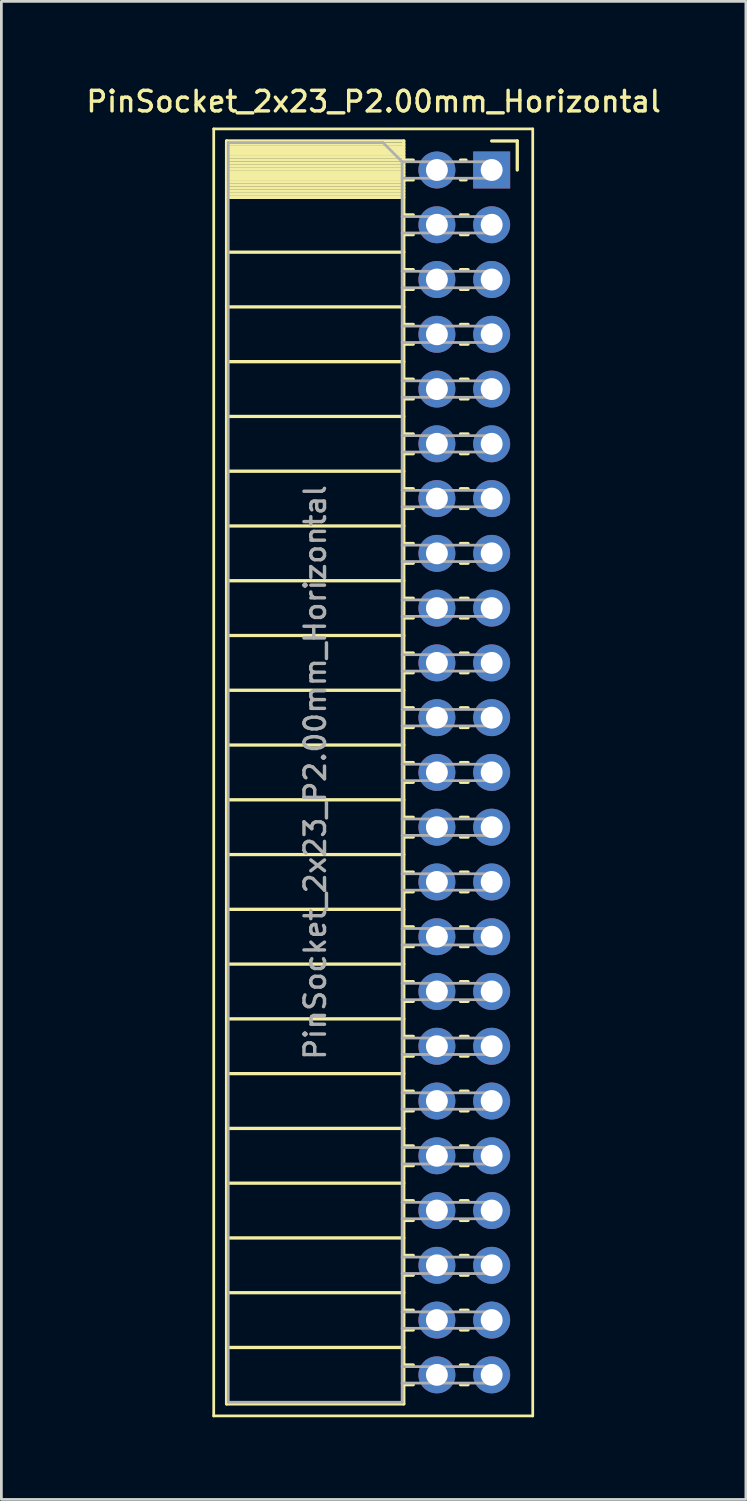
<source format=kicad_pcb>
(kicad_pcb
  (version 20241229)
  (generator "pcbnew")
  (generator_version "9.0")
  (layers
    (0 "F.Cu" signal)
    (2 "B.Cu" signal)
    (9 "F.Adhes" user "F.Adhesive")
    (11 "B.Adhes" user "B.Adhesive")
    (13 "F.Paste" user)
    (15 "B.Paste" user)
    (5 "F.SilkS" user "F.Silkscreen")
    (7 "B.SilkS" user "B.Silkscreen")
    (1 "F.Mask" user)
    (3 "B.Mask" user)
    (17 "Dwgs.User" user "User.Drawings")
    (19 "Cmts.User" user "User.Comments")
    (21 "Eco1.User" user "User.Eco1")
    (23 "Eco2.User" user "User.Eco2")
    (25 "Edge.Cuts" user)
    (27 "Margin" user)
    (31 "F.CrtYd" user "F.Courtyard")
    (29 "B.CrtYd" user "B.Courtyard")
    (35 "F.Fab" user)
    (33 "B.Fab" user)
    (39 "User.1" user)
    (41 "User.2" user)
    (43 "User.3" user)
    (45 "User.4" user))
  (footprint "PinSocket_2x23_P2.00mm_Horizontal"
    (layer "F.Cu")
    (at 14.905 3.158)
    (property "Reference" "PinSocket_2x23_P2.00mm_Horizontal" (at -4.31 -2.5 0) (layer "F.SilkS") (effects (font (size 0.75 0.75) (thickness 0.125))))
    (attr through_hole)
    (fp_line (start -10.15 -1.5) (end -10.15 45.5) (stroke (width 0.1) (type solid)) (layer "F.SilkS"))
    (fp_line (start -10.15 45.5) (end 1.5 45.5) (stroke (width 0.1) (type solid)) (layer "F.SilkS"))
    (fp_line (start -9.68 -1.06) (end -9.68 45.06) (stroke (width 0.12) (type solid)) (layer "F.SilkS"))
    (fp_line (start -9.68 -1.06) (end -3.21 -1.06) (stroke (width 0.12) (type solid)) (layer "F.SilkS"))
    (fp_line (start -9.68 -0.94) (end -3.21 -0.94) (stroke (width 0.12) (type solid)) (layer "F.SilkS"))
    (fp_line (start -9.68 -0.826) (end -3.21 -0.826) (stroke (width 0.12) (type solid)) (layer "F.SilkS"))
    (fp_line (start -9.68 -0.712) (end -3.21 -0.712) (stroke (width 0.12) (type solid)) (layer "F.SilkS"))
    (fp_line (start -9.68 -0.598) (end -3.21 -0.598) (stroke (width 0.12) (type solid)) (layer "F.SilkS"))
    (fp_line (start -9.68 -0.484) (end -3.21 -0.484) (stroke (width 0.12) (type solid)) (layer "F.SilkS"))
    (fp_line (start -9.68 -0.369) (end -3.21 -0.369) (stroke (width 0.12) (type solid)) (layer "F.SilkS"))
    (fp_line (start -9.68 -0.255) (end -3.21 -0.255) (stroke (width 0.12) (type solid)) (layer "F.SilkS"))
    (fp_line (start -9.68 -0.141) (end -3.21 -0.141) (stroke (width 0.12) (type solid)) (layer "F.SilkS"))
    (fp_line (start -9.68 -0.027) (end -3.21 -0.027) (stroke (width 0.12) (type solid)) (layer "F.SilkS"))
    (fp_line (start -9.68 0.087) (end -3.21 0.087) (stroke (width 0.12) (type solid)) (layer "F.SilkS"))
    (fp_line (start -9.68 0.201) (end -3.21 0.201) (stroke (width 0.12) (type solid)) (layer "F.SilkS"))
    (fp_line (start -9.68 0.315) (end -3.21 0.315) (stroke (width 0.12) (type solid)) (layer "F.SilkS"))
    (fp_line (start -9.68 0.429) (end -3.21 0.429) (stroke (width 0.12) (type solid)) (layer "F.SilkS"))
    (fp_line (start -9.68 0.544) (end -3.21 0.544) (stroke (width 0.12) (type solid)) (layer "F.SilkS"))
    (fp_line (start -9.68 0.658) (end -3.21 0.658) (stroke (width 0.12) (type solid)) (layer "F.SilkS"))
    (fp_line (start -9.68 0.772) (end -3.21 0.772) (stroke (width 0.12) (type solid)) (layer "F.SilkS"))
    (fp_line (start -9.68 0.886) (end -3.21 0.886) (stroke (width 0.12) (type solid)) (layer "F.SilkS"))
    (fp_line (start -9.68 1) (end -3.21 1) (stroke (width 0.12) (type solid)) (layer "F.SilkS"))
    (fp_line (start -9.68 3) (end -3.21 3) (stroke (width 0.12) (type solid)) (layer "F.SilkS"))
    (fp_line (start -9.68 5) (end -3.21 5) (stroke (width 0.12) (type solid)) (layer "F.SilkS"))
    (fp_line (start -9.68 7) (end -3.21 7) (stroke (width 0.12) (type solid)) (layer "F.SilkS"))
    (fp_line (start -9.68 9) (end -3.21 9) (stroke (width 0.12) (type solid)) (layer "F.SilkS"))
    (fp_line (start -9.68 11) (end -3.21 11) (stroke (width 0.12) (type solid)) (layer "F.SilkS"))
    (fp_line (start -9.68 13) (end -3.21 13) (stroke (width 0.12) (type solid)) (layer "F.SilkS"))
    (fp_line (start -9.68 15) (end -3.21 15) (stroke (width 0.12) (type solid)) (layer "F.SilkS"))
    (fp_line (start -9.68 17) (end -3.21 17) (stroke (width 0.12) (type solid)) (layer "F.SilkS"))
    (fp_line (start -9.68 19) (end -3.21 19) (stroke (width 0.12) (type solid)) (layer "F.SilkS"))
    (fp_line (start -9.68 21) (end -3.21 21) (stroke (width 0.12) (type solid)) (layer "F.SilkS"))
    (fp_line (start -9.68 23) (end -3.21 23) (stroke (width 0.12) (type solid)) (layer "F.SilkS"))
    (fp_line (start -9.68 25) (end -3.21 25) (stroke (width 0.12) (type solid)) (layer "F.SilkS"))
    (fp_line (start -9.68 27) (end -3.21 27) (stroke (width 0.12) (type solid)) (layer "F.SilkS"))
    (fp_line (start -9.68 29) (end -3.21 29) (stroke (width 0.12) (type solid)) (layer "F.SilkS"))
    (fp_line (start -9.68 31) (end -3.21 31) (stroke (width 0.12) (type solid)) (layer "F.SilkS"))
    (fp_line (start -9.68 33) (end -3.21 33) (stroke (width 0.12) (type solid)) (layer "F.SilkS"))
    (fp_line (start -9.68 35) (end -3.21 35) (stroke (width 0.12) (type solid)) (layer "F.SilkS"))
    (fp_line (start -9.68 37) (end -3.21 37) (stroke (width 0.12) (type solid)) (layer "F.SilkS"))
    (fp_line (start -9.68 39) (end -3.21 39) (stroke (width 0.12) (type solid)) (layer "F.SilkS"))
    (fp_line (start -9.68 41) (end -3.21 41) (stroke (width 0.12) (type solid)) (layer "F.SilkS"))
    (fp_line (start -9.68 43) (end -3.21 43) (stroke (width 0.12) (type solid)) (layer "F.SilkS"))
    (fp_line (start -9.68 45.06) (end -3.21 45.06) (stroke (width 0.12) (type solid)) (layer "F.SilkS"))
    (fp_line (start -3.21 -1.06) (end -3.21 45.06) (stroke (width 0.12) (type solid)) (layer "F.SilkS"))
    (fp_line (start -3.21 -0.36) (end -2.863 -0.36) (stroke (width 0.12) (type solid)) (layer "F.SilkS"))
    (fp_line (start -3.21 0.36) (end -2.863 0.36) (stroke (width 0.12) (type solid)) (layer "F.SilkS"))
    (fp_line (start -3.21 1.64) (end -2.863 1.64) (stroke (width 0.12) (type solid)) (layer "F.SilkS"))
    (fp_line (start -3.21 2.36) (end -2.863 2.36) (stroke (width 0.12) (type solid)) (layer "F.SilkS"))
    (fp_line (start -3.21 3.64) (end -2.863 3.64) (stroke (width 0.12) (type solid)) (layer "F.SilkS"))
    (fp_line (start -3.21 4.36) (end -2.863 4.36) (stroke (width 0.12) (type solid)) (layer "F.SilkS"))
    (fp_line (start -3.21 5.64) (end -2.863 5.64) (stroke (width 0.12) (type solid)) (layer "F.SilkS"))
    (fp_line (start -3.21 6.36) (end -2.863 6.36) (stroke (width 0.12) (type solid)) (layer "F.SilkS"))
    (fp_line (start -3.21 7.64) (end -2.863 7.64) (stroke (width 0.12) (type solid)) (layer "F.SilkS"))
    (fp_line (start -3.21 8.36) (end -2.863 8.36) (stroke (width 0.12) (type solid)) (layer "F.SilkS"))
    (fp_line (start -3.21 9.64) (end -2.863 9.64) (stroke (width 0.12) (type solid)) (layer "F.SilkS"))
    (fp_line (start -3.21 10.36) (end -2.863 10.36) (stroke (width 0.12) (type solid)) (layer "F.SilkS"))
    (fp_line (start -3.21 11.64) (end -2.863 11.64) (stroke (width 0.12) (type solid)) (layer "F.SilkS"))
    (fp_line (start -3.21 12.36) (end -2.863 12.36) (stroke (width 0.12) (type solid)) (layer "F.SilkS"))
    (fp_line (start -3.21 13.64) (end -2.863 13.64) (stroke (width 0.12) (type solid)) (layer "F.SilkS"))
    (fp_line (start -3.21 14.36) (end -2.863 14.36) (stroke (width 0.12) (type solid)) (layer "F.SilkS"))
    (fp_line (start -3.21 15.64) (end -2.863 15.64) (stroke (width 0.12) (type solid)) (layer "F.SilkS"))
    (fp_line (start -3.21 16.36) (end -2.863 16.36) (stroke (width 0.12) (type solid)) (layer "F.SilkS"))
    (fp_line (start -3.21 17.64) (end -2.863 17.64) (stroke (width 0.12) (type solid)) (layer "F.SilkS"))
    (fp_line (start -3.21 18.36) (end -2.863 18.36) (stroke (width 0.12) (type solid)) (layer "F.SilkS"))
    (fp_line (start -3.21 19.64) (end -2.863 19.64) (stroke (width 0.12) (type solid)) (layer "F.SilkS"))
    (fp_line (start -3.21 20.36) (end -2.863 20.36) (stroke (width 0.12) (type solid)) (layer "F.SilkS"))
    (fp_line (start -3.21 21.64) (end -2.863 21.64) (stroke (width 0.12) (type solid)) (layer "F.SilkS"))
    (fp_line (start -3.21 22.36) (end -2.863 22.36) (stroke (width 0.12) (type solid)) (layer "F.SilkS"))
    (fp_line (start -3.21 23.64) (end -2.863 23.64) (stroke (width 0.12) (type solid)) (layer "F.SilkS"))
    (fp_line (start -3.21 24.36) (end -2.863 24.36) (stroke (width 0.12) (type solid)) (layer "F.SilkS"))
    (fp_line (start -3.21 25.64) (end -2.863 25.64) (stroke (width 0.12) (type solid)) (layer "F.SilkS"))
    (fp_line (start -3.21 26.36) (end -2.863 26.36) (stroke (width 0.12) (type solid)) (layer "F.SilkS"))
    (fp_line (start -3.21 27.64) (end -2.863 27.64) (stroke (width 0.12) (type solid)) (layer "F.SilkS"))
    (fp_line (start -3.21 28.36) (end -2.863 28.36) (stroke (width 0.12) (type solid)) (layer "F.SilkS"))
    (fp_line (start -3.21 29.64) (end -2.863 29.64) (stroke (width 0.12) (type solid)) (layer "F.SilkS"))
    (fp_line (start -3.21 30.36) (end -2.863 30.36) (stroke (width 0.12) (type solid)) (layer "F.SilkS"))
    (fp_line (start -3.21 31.64) (end -2.863 31.64) (stroke (width 0.12) (type solid)) (layer "F.SilkS"))
    (fp_line (start -3.21 32.36) (end -2.863 32.36) (stroke (width 0.12) (type solid)) (layer "F.SilkS"))
    (fp_line (start -3.21 33.64) (end -2.863 33.64) (stroke (width 0.12) (type solid)) (layer "F.SilkS"))
    (fp_line (start -3.21 34.36) (end -2.863 34.36) (stroke (width 0.12) (type solid)) (layer "F.SilkS"))
    (fp_line (start -3.21 35.64) (end -2.863 35.64) (stroke (width 0.12) (type solid)) (layer "F.SilkS"))
    (fp_line (start -3.21 36.36) (end -2.863 36.36) (stroke (width 0.12) (type solid)) (layer "F.SilkS"))
    (fp_line (start -3.21 37.64) (end -2.863 37.64) (stroke (width 0.12) (type solid)) (layer "F.SilkS"))
    (fp_line (start -3.21 38.36) (end -2.863 38.36) (stroke (width 0.12) (type solid)) (layer "F.SilkS"))
    (fp_line (start -3.21 39.64) (end -2.863 39.64) (stroke (width 0.12) (type solid)) (layer "F.SilkS"))
    (fp_line (start -3.21 40.36) (end -2.863 40.36) (stroke (width 0.12) (type solid)) (layer "F.SilkS"))
    (fp_line (start -3.21 41.64) (end -2.863 41.64) (stroke (width 0.12) (type solid)) (layer "F.SilkS"))
    (fp_line (start -3.21 42.36) (end -2.863 42.36) (stroke (width 0.12) (type solid)) (layer "F.SilkS"))
    (fp_line (start -3.21 43.64) (end -2.863 43.64) (stroke (width 0.12) (type solid)) (layer "F.SilkS"))
    (fp_line (start -3.21 44.36) (end -2.863 44.36) (stroke (width 0.12) (type solid)) (layer "F.SilkS"))
    (fp_line (start -1.137 -0.36) (end -0.935 -0.36) (stroke (width 0.12) (type solid)) (layer "F.SilkS"))
    (fp_line (start -1.137 0.36) (end -0.935 0.36) (stroke (width 0.12) (type solid)) (layer "F.SilkS"))
    (fp_line (start -1.137 1.64) (end -0.863 1.64) (stroke (width 0.12) (type solid)) (layer "F.SilkS"))
    (fp_line (start -1.137 2.36) (end -0.863 2.36) (stroke (width 0.12) (type solid)) (layer "F.SilkS"))
    (fp_line (start -1.137 3.64) (end -0.863 3.64) (stroke (width 0.12) (type solid)) (layer "F.SilkS"))
    (fp_line (start -1.137 4.36) (end -0.863 4.36) (stroke (width 0.12) (type solid)) (layer "F.SilkS"))
    (fp_line (start -1.137 5.64) (end -0.863 5.64) (stroke (width 0.12) (type solid)) (layer "F.SilkS"))
    (fp_line (start -1.137 6.36) (end -0.863 6.36) (stroke (width 0.12) (type solid)) (layer "F.SilkS"))
    (fp_line (start -1.137 7.64) (end -0.863 7.64) (stroke (width 0.12) (type solid)) (layer "F.SilkS"))
    (fp_line (start -1.137 8.36) (end -0.863 8.36) (stroke (width 0.12) (type solid)) (layer "F.SilkS"))
    (fp_line (start -1.137 9.64) (end -0.863 9.64) (stroke (width 0.12) (type solid)) (layer "F.SilkS"))
    (fp_line (start -1.137 10.36) (end -0.863 10.36) (stroke (width 0.12) (type solid)) (layer "F.SilkS"))
    (fp_line (start -1.137 11.64) (end -0.863 11.64) (stroke (width 0.12) (type solid)) (layer "F.SilkS"))
    (fp_line (start -1.137 12.36) (end -0.863 12.36) (stroke (width 0.12) (type solid)) (layer "F.SilkS"))
    (fp_line (start -1.137 13.64) (end -0.863 13.64) (stroke (width 0.12) (type solid)) (layer "F.SilkS"))
    (fp_line (start -1.137 14.36) (end -0.863 14.36) (stroke (width 0.12) (type solid)) (layer "F.SilkS"))
    (fp_line (start -1.137 15.64) (end -0.863 15.64) (stroke (width 0.12) (type solid)) (layer "F.SilkS"))
    (fp_line (start -1.137 16.36) (end -0.863 16.36) (stroke (width 0.12) (type solid)) (layer "F.SilkS"))
    (fp_line (start -1.137 17.64) (end -0.863 17.64) (stroke (width 0.12) (type solid)) (layer "F.SilkS"))
    (fp_line (start -1.137 18.36) (end -0.863 18.36) (stroke (width 0.12) (type solid)) (layer "F.SilkS"))
    (fp_line (start -1.137 19.64) (end -0.863 19.64) (stroke (width 0.12) (type solid)) (layer "F.SilkS"))
    (fp_line (start -1.137 20.36) (end -0.863 20.36) (stroke (width 0.12) (type solid)) (layer "F.SilkS"))
    (fp_line (start -1.137 21.64) (end -0.863 21.64) (stroke (width 0.12) (type solid)) (layer "F.SilkS"))
    (fp_line (start -1.137 22.36) (end -0.863 22.36) (stroke (width 0.12) (type solid)) (layer "F.SilkS"))
    (fp_line (start -1.137 23.64) (end -0.863 23.64) (stroke (width 0.12) (type solid)) (layer "F.SilkS"))
    (fp_line (start -1.137 24.36) (end -0.863 24.36) (stroke (width 0.12) (type solid)) (layer "F.SilkS"))
    (fp_line (start -1.137 25.64) (end -0.863 25.64) (stroke (width 0.12) (type solid)) (layer "F.SilkS"))
    (fp_line (start -1.137 26.36) (end -0.863 26.36) (stroke (width 0.12) (type solid)) (layer "F.SilkS"))
    (fp_line (start -1.137 27.64) (end -0.863 27.64) (stroke (width 0.12) (type solid)) (layer "F.SilkS"))
    (fp_line (start -1.137 28.36) (end -0.863 28.36) (stroke (width 0.12) (type solid)) (layer "F.SilkS"))
    (fp_line (start -1.137 29.64) (end -0.863 29.64) (stroke (width 0.12) (type solid)) (layer "F.SilkS"))
    (fp_line (start -1.137 30.36) (end -0.863 30.36) (stroke (width 0.12) (type solid)) (layer "F.SilkS"))
    (fp_line (start -1.137 31.64) (end -0.863 31.64) (stroke (width 0.12) (type solid)) (layer "F.SilkS"))
    (fp_line (start -1.137 32.36) (end -0.863 32.36) (stroke (width 0.12) (type solid)) (layer "F.SilkS"))
    (fp_line (start -1.137 33.64) (end -0.863 33.64) (stroke (width 0.12) (type solid)) (layer "F.SilkS"))
    (fp_line (start -1.137 34.36) (end -0.863 34.36) (stroke (width 0.12) (type solid)) (layer "F.SilkS"))
    (fp_line (start -1.137 35.64) (end -0.863 35.64) (stroke (width 0.12) (type solid)) (layer "F.SilkS"))
    (fp_line (start -1.137 36.36) (end -0.863 36.36) (stroke (width 0.12) (type solid)) (layer "F.SilkS"))
    (fp_line (start -1.137 37.64) (end -0.863 37.64) (stroke (width 0.12) (type solid)) (layer "F.SilkS"))
    (fp_line (start -1.137 38.36) (end -0.863 38.36) (stroke (width 0.12) (type solid)) (layer "F.SilkS"))
    (fp_line (start -1.137 39.64) (end -0.863 39.64) (stroke (width 0.12) (type solid)) (layer "F.SilkS"))
    (fp_line (start -1.137 40.36) (end -0.863 40.36) (stroke (width 0.12) (type solid)) (layer "F.SilkS"))
    (fp_line (start -1.137 41.64) (end -0.863 41.64) (stroke (width 0.12) (type solid)) (layer "F.SilkS"))
    (fp_line (start -1.137 42.36) (end -0.863 42.36) (stroke (width 0.12) (type solid)) (layer "F.SilkS"))
    (fp_line (start -1.137 43.64) (end -0.863 43.64) (stroke (width 0.12) (type solid)) (layer "F.SilkS"))
    (fp_line (start -1.137 44.36) (end -0.863 44.36) (stroke (width 0.12) (type solid)) (layer "F.SilkS"))
    (fp_line (start 0 -1.06) (end 0.935 -1.06) (stroke (width 0.12) (type solid)) (layer "F.SilkS"))
    (fp_line (start 0.935 -1.06) (end 0.935 0) (stroke (width 0.12) (type solid)) (layer "F.SilkS"))
    (fp_line (start 1.5 -1.5) (end -10.15 -1.5) (stroke (width 0.1) (type solid)) (layer "F.SilkS"))
    (fp_line (start 1.5 45.5) (end 1.5 -1.5) (stroke (width 0.1) (type solid)) (layer "F.SilkS"))
    (fp_line (start -9.62 -1) (end -3.97 -1) (stroke (width 0.1) (type solid)) (layer "F.Fab"))
    (fp_line (start -9.62 45) (end -9.62 -1) (stroke (width 0.1) (type solid)) (layer "F.Fab"))
    (fp_line (start -3.97 -1) (end -3.27 -0.3) (stroke (width 0.1) (type solid)) (layer "F.Fab"))
    (fp_line (start -3.27 -0.3) (end -3.27 45) (stroke (width 0.1) (type solid)) (layer "F.Fab"))
    (fp_line (start -3.27 0.3) (end 0 0.3) (stroke (width 0.1) (type solid)) (layer "F.Fab"))
    (fp_line (start -3.27 2.3) (end 0 2.3) (stroke (width 0.1) (type solid)) (layer "F.Fab"))
    (fp_line (start -3.27 4.3) (end 0 4.3) (stroke (width 0.1) (type solid)) (layer "F.Fab"))
    (fp_line (start -3.27 6.3) (end 0 6.3) (stroke (width 0.1) (type solid)) (layer "F.Fab"))
    (fp_line (start -3.27 8.3) (end 0 8.3) (stroke (width 0.1) (type solid)) (layer "F.Fab"))
    (fp_line (start -3.27 10.3) (end 0 10.3) (stroke (width 0.1) (type solid)) (layer "F.Fab"))
    (fp_line (start -3.27 12.3) (end 0 12.3) (stroke (width 0.1) (type solid)) (layer "F.Fab"))
    (fp_line (start -3.27 14.3) (end 0 14.3) (stroke (width 0.1) (type solid)) (layer "F.Fab"))
    (fp_line (start -3.27 16.3) (end 0 16.3) (stroke (width 0.1) (type solid)) (layer "F.Fab"))
    (fp_line (start -3.27 18.3) (end 0 18.3) (stroke (width 0.1) (type solid)) (layer "F.Fab"))
    (fp_line (start -3.27 20.3) (end 0 20.3) (stroke (width 0.1) (type solid)) (layer "F.Fab"))
    (fp_line (start -3.27 22.3) (end 0 22.3) (stroke (width 0.1) (type solid)) (layer "F.Fab"))
    (fp_line (start -3.27 24.3) (end 0 24.3) (stroke (width 0.1) (type solid)) (layer "F.Fab"))
    (fp_line (start -3.27 26.3) (end 0 26.3) (stroke (width 0.1) (type solid)) (layer "F.Fab"))
    (fp_line (start -3.27 28.3) (end 0 28.3) (stroke (width 0.1) (type solid)) (layer "F.Fab"))
    (fp_line (start -3.27 30.3) (end 0 30.3) (stroke (width 0.1) (type solid)) (layer "F.Fab"))
    (fp_line (start -3.27 32.3) (end 0 32.3) (stroke (width 0.1) (type solid)) (layer "F.Fab"))
    (fp_line (start -3.27 34.3) (end 0 34.3) (stroke (width 0.1) (type solid)) (layer "F.Fab"))
    (fp_line (start -3.27 36.3) (end 0 36.3) (stroke (width 0.1) (type solid)) (layer "F.Fab"))
    (fp_line (start -3.27 38.3) (end 0 38.3) (stroke (width 0.1) (type solid)) (layer "F.Fab"))
    (fp_line (start -3.27 40.3) (end 0 40.3) (stroke (width 0.1) (type solid)) (layer "F.Fab"))
    (fp_line (start -3.27 42.3) (end 0 42.3) (stroke (width 0.1) (type solid)) (layer "F.Fab"))
    (fp_line (start -3.27 44.3) (end 0 44.3) (stroke (width 0.1) (type solid)) (layer "F.Fab"))
    (fp_line (start -3.27 45) (end -9.62 45) (stroke (width 0.1) (type solid)) (layer "F.Fab"))
    (fp_line (start 0 -0.3) (end -3.27 -0.3) (stroke (width 0.1) (type solid)) (layer "F.Fab"))
    (fp_line (start 0 0.3) (end 0 -0.3) (stroke (width 0.1) (type solid)) (layer "F.Fab"))
    (fp_line (start 0 1.7) (end -3.27 1.7) (stroke (width 0.1) (type solid)) (layer "F.Fab"))
    (fp_line (start 0 2.3) (end 0 1.7) (stroke (width 0.1) (type solid)) (layer "F.Fab"))
    (fp_line (start 0 3.7) (end -3.27 3.7) (stroke (width 0.1) (type solid)) (layer "F.Fab"))
    (fp_line (start 0 4.3) (end 0 3.7) (stroke (width 0.1) (type solid)) (layer "F.Fab"))
    (fp_line (start 0 5.7) (end -3.27 5.7) (stroke (width 0.1) (type solid)) (layer "F.Fab"))
    (fp_line (start 0 6.3) (end 0 5.7) (stroke (width 0.1) (type solid)) (layer "F.Fab"))
    (fp_line (start 0 7.7) (end -3.27 7.7) (stroke (width 0.1) (type solid)) (layer "F.Fab"))
    (fp_line (start 0 8.3) (end 0 7.7) (stroke (width 0.1) (type solid)) (layer "F.Fab"))
    (fp_line (start 0 9.7) (end -3.27 9.7) (stroke (width 0.1) (type solid)) (layer "F.Fab"))
    (fp_line (start 0 10.3) (end 0 9.7) (stroke (width 0.1) (type solid)) (layer "F.Fab"))
    (fp_line (start 0 11.7) (end -3.27 11.7) (stroke (width 0.1) (type solid)) (layer "F.Fab"))
    (fp_line (start 0 12.3) (end 0 11.7) (stroke (width 0.1) (type solid)) (layer "F.Fab"))
    (fp_line (start 0 13.7) (end -3.27 13.7) (stroke (width 0.1) (type solid)) (layer "F.Fab"))
    (fp_line (start 0 14.3) (end 0 13.7) (stroke (width 0.1) (type solid)) (layer "F.Fab"))
    (fp_line (start 0 15.7) (end -3.27 15.7) (stroke (width 0.1) (type solid)) (layer "F.Fab"))
    (fp_line (start 0 16.3) (end 0 15.7) (stroke (width 0.1) (type solid)) (layer "F.Fab"))
    (fp_line (start 0 17.7) (end -3.27 17.7) (stroke (width 0.1) (type solid)) (layer "F.Fab"))
    (fp_line (start 0 18.3) (end 0 17.7) (stroke (width 0.1) (type solid)) (layer "F.Fab"))
    (fp_line (start 0 19.7) (end -3.27 19.7) (stroke (width 0.1) (type solid)) (layer "F.Fab"))
    (fp_line (start 0 20.3) (end 0 19.7) (stroke (width 0.1) (type solid)) (layer "F.Fab"))
    (fp_line (start 0 21.7) (end -3.27 21.7) (stroke (width 0.1) (type solid)) (layer "F.Fab"))
    (fp_line (start 0 22.3) (end 0 21.7) (stroke (width 0.1) (type solid)) (layer "F.Fab"))
    (fp_line (start 0 23.7) (end -3.27 23.7) (stroke (width 0.1) (type solid)) (layer "F.Fab"))
    (fp_line (start 0 24.3) (end 0 23.7) (stroke (width 0.1) (type solid)) (layer "F.Fab"))
    (fp_line (start 0 25.7) (end -3.27 25.7) (stroke (width 0.1) (type solid)) (layer "F.Fab"))
    (fp_line (start 0 26.3) (end 0 25.7) (stroke (width 0.1) (type solid)) (layer "F.Fab"))
    (fp_line (start 0 27.7) (end -3.27 27.7) (stroke (width 0.1) (type solid)) (layer "F.Fab"))
    (fp_line (start 0 28.3) (end 0 27.7) (stroke (width 0.1) (type solid)) (layer "F.Fab"))
    (fp_line (start 0 29.7) (end -3.27 29.7) (stroke (width 0.1) (type solid)) (layer "F.Fab"))
    (fp_line (start 0 30.3) (end 0 29.7) (stroke (width 0.1) (type solid)) (layer "F.Fab"))
    (fp_line (start 0 31.7) (end -3.27 31.7) (stroke (width 0.1) (type solid)) (layer "F.Fab"))
    (fp_line (start 0 32.3) (end 0 31.7) (stroke (width 0.1) (type solid)) (layer "F.Fab"))
    (fp_line (start 0 33.7) (end -3.27 33.7) (stroke (width 0.1) (type solid)) (layer "F.Fab"))
    (fp_line (start 0 34.3) (end 0 33.7) (stroke (width 0.1) (type solid)) (layer "F.Fab"))
    (fp_line (start 0 35.7) (end -3.27 35.7) (stroke (width 0.1) (type solid)) (layer "F.Fab"))
    (fp_line (start 0 36.3) (end 0 35.7) (stroke (width 0.1) (type solid)) (layer "F.Fab"))
    (fp_line (start 0 37.7) (end -3.27 37.7) (stroke (width 0.1) (type solid)) (layer "F.Fab"))
    (fp_line (start 0 38.3) (end 0 37.7) (stroke (width 0.1) (type solid)) (layer "F.Fab"))
    (fp_line (start 0 39.7) (end -3.27 39.7) (stroke (width 0.1) (type solid)) (layer "F.Fab"))
    (fp_line (start 0 40.3) (end 0 39.7) (stroke (width 0.1) (type solid)) (layer "F.Fab"))
    (fp_line (start 0 41.7) (end -3.27 41.7) (stroke (width 0.1) (type solid)) (layer "F.Fab"))
    (fp_line (start 0 42.3) (end 0 41.7) (stroke (width 0.1) (type solid)) (layer "F.Fab"))
    (fp_line (start 0 43.7) (end -3.27 43.7) (stroke (width 0.1) (type solid)) (layer "F.Fab"))
    (fp_line (start 0 44.3) (end 0 43.7) (stroke (width 0.1) (type solid)) (layer "F.Fab"))
    (fp_text user "${REFERENCE}" (at -6.445 22 90) (layer "F.Fab") (effects (font (size 0.75 0.75) (thickness 0.125))))
    (pad "1" thru_hole rect (at 0 0) (size 1.35 1.35) (drill 0.8) (layers "*.Cu" "*.Mask"))
    (pad "2" thru_hole oval (at -2 0) (size 1.35 1.35) (drill 0.8) (layers "*.Cu" "*.Mask"))
    (pad "3" thru_hole oval (at 0 2) (size 1.35 1.35) (drill 0.8) (layers "*.Cu" "*.Mask"))
    (pad "4" thru_hole oval (at -2 2) (size 1.35 1.35) (drill 0.8) (layers "*.Cu" "*.Mask"))
    (pad "5" thru_hole oval (at 0 4) (size 1.35 1.35) (drill 0.8) (layers "*.Cu" "*.Mask"))
    (pad "6" thru_hole oval (at -2 4) (size 1.35 1.35) (drill 0.8) (layers "*.Cu" "*.Mask"))
    (pad "7" thru_hole oval (at 0 6) (size 1.35 1.35) (drill 0.8) (layers "*.Cu" "*.Mask"))
    (pad "8" thru_hole oval (at -2 6) (size 1.35 1.35) (drill 0.8) (layers "*.Cu" "*.Mask"))
    (pad "9" thru_hole oval (at 0 8) (size 1.35 1.35) (drill 0.8) (layers "*.Cu" "*.Mask"))
    (pad "10" thru_hole oval (at -2 8) (size 1.35 1.35) (drill 0.8) (layers "*.Cu" "*.Mask"))
    (pad "11" thru_hole oval (at 0 10) (size 1.35 1.35) (drill 0.8) (layers "*.Cu" "*.Mask"))
    (pad "12" thru_hole oval (at -2 10) (size 1.35 1.35) (drill 0.8) (layers "*.Cu" "*.Mask"))
    (pad "13" thru_hole oval (at 0 12) (size 1.35 1.35) (drill 0.8) (layers "*.Cu" "*.Mask"))
    (pad "14" thru_hole oval (at -2 12) (size 1.35 1.35) (drill 0.8) (layers "*.Cu" "*.Mask"))
    (pad "15" thru_hole oval (at 0 14) (size 1.35 1.35) (drill 0.8) (layers "*.Cu" "*.Mask"))
    (pad "16" thru_hole oval (at -2 14) (size 1.35 1.35) (drill 0.8) (layers "*.Cu" "*.Mask"))
    (pad "17" thru_hole oval (at 0 16) (size 1.35 1.35) (drill 0.8) (layers "*.Cu" "*.Mask"))
    (pad "18" thru_hole oval (at -2 16) (size 1.35 1.35) (drill 0.8) (layers "*.Cu" "*.Mask"))
    (pad "19" thru_hole oval (at 0 18) (size 1.35 1.35) (drill 0.8) (layers "*.Cu" "*.Mask"))
    (pad "20" thru_hole oval (at -2 18) (size 1.35 1.35) (drill 0.8) (layers "*.Cu" "*.Mask"))
    (pad "21" thru_hole oval (at 0 20) (size 1.35 1.35) (drill 0.8) (layers "*.Cu" "*.Mask"))
    (pad "22" thru_hole oval (at -2 20) (size 1.35 1.35) (drill 0.8) (layers "*.Cu" "*.Mask"))
    (pad "23" thru_hole oval (at 0 22) (size 1.35 1.35) (drill 0.8) (layers "*.Cu" "*.Mask"))
    (pad "24" thru_hole oval (at -2 22) (size 1.35 1.35) (drill 0.8) (layers "*.Cu" "*.Mask"))
    (pad "25" thru_hole oval (at 0 24) (size 1.35 1.35) (drill 0.8) (layers "*.Cu" "*.Mask"))
    (pad "26" thru_hole oval (at -2 24) (size 1.35 1.35) (drill 0.8) (layers "*.Cu" "*.Mask"))
    (pad "27" thru_hole oval (at 0 26) (size 1.35 1.35) (drill 0.8) (layers "*.Cu" "*.Mask"))
    (pad "28" thru_hole oval (at -2 26) (size 1.35 1.35) (drill 0.8) (layers "*.Cu" "*.Mask"))
    (pad "29" thru_hole oval (at 0 28) (size 1.35 1.35) (drill 0.8) (layers "*.Cu" "*.Mask"))
    (pad "30" thru_hole oval (at -2 28) (size 1.35 1.35) (drill 0.8) (layers "*.Cu" "*.Mask"))
    (pad "31" thru_hole oval (at 0 30) (size 1.35 1.35) (drill 0.8) (layers "*.Cu" "*.Mask"))
    (pad "32" thru_hole oval (at -2 30) (size 1.35 1.35) (drill 0.8) (layers "*.Cu" "*.Mask"))
    (pad "33" thru_hole oval (at 0 32) (size 1.35 1.35) (drill 0.8) (layers "*.Cu" "*.Mask"))
    (pad "34" thru_hole oval (at -2 32) (size 1.35 1.35) (drill 0.8) (layers "*.Cu" "*.Mask"))
    (pad "35" thru_hole oval (at 0 34) (size 1.35 1.35) (drill 0.8) (layers "*.Cu" "*.Mask"))
    (pad "36" thru_hole oval (at -2 34) (size 1.35 1.35) (drill 0.8) (layers "*.Cu" "*.Mask"))
    (pad "37" thru_hole oval (at 0 36) (size 1.35 1.35) (drill 0.8) (layers "*.Cu" "*.Mask"))
    (pad "38" thru_hole oval (at -2 36) (size 1.35 1.35) (drill 0.8) (layers "*.Cu" "*.Mask"))
    (pad "39" thru_hole oval (at 0 38) (size 1.35 1.35) (drill 0.8) (layers "*.Cu" "*.Mask"))
    (pad "40" thru_hole oval (at -2 38) (size 1.35 1.35) (drill 0.8) (layers "*.Cu" "*.Mask"))
    (pad "41" thru_hole oval (at 0 40) (size 1.35 1.35) (drill 0.8) (layers "*.Cu" "*.Mask"))
    (pad "42" thru_hole oval (at -2 40) (size 1.35 1.35) (drill 0.8) (layers "*.Cu" "*.Mask"))
    (pad "43" thru_hole oval (at 0 42) (size 1.35 1.35) (drill 0.8) (layers "*.Cu" "*.Mask"))
    (pad "44" thru_hole oval (at -2 42) (size 1.35 1.35) (drill 0.8) (layers "*.Cu" "*.Mask"))
    (pad "45" thru_hole oval (at 0 44) (size 1.35 1.35) (drill 0.8) (layers "*.Cu" "*.Mask"))
    (pad "46" thru_hole oval (at -2 44) (size 1.35 1.35) (drill 0.8) (layers "*.Cu" "*.Mask")))
  (gr_rect
    (start -3 -3)
    (end 24.189 51.708)
    (stroke (width 0.1) (type default))
    (fill no)
    (layer "Edge.Cuts")))
</source>
